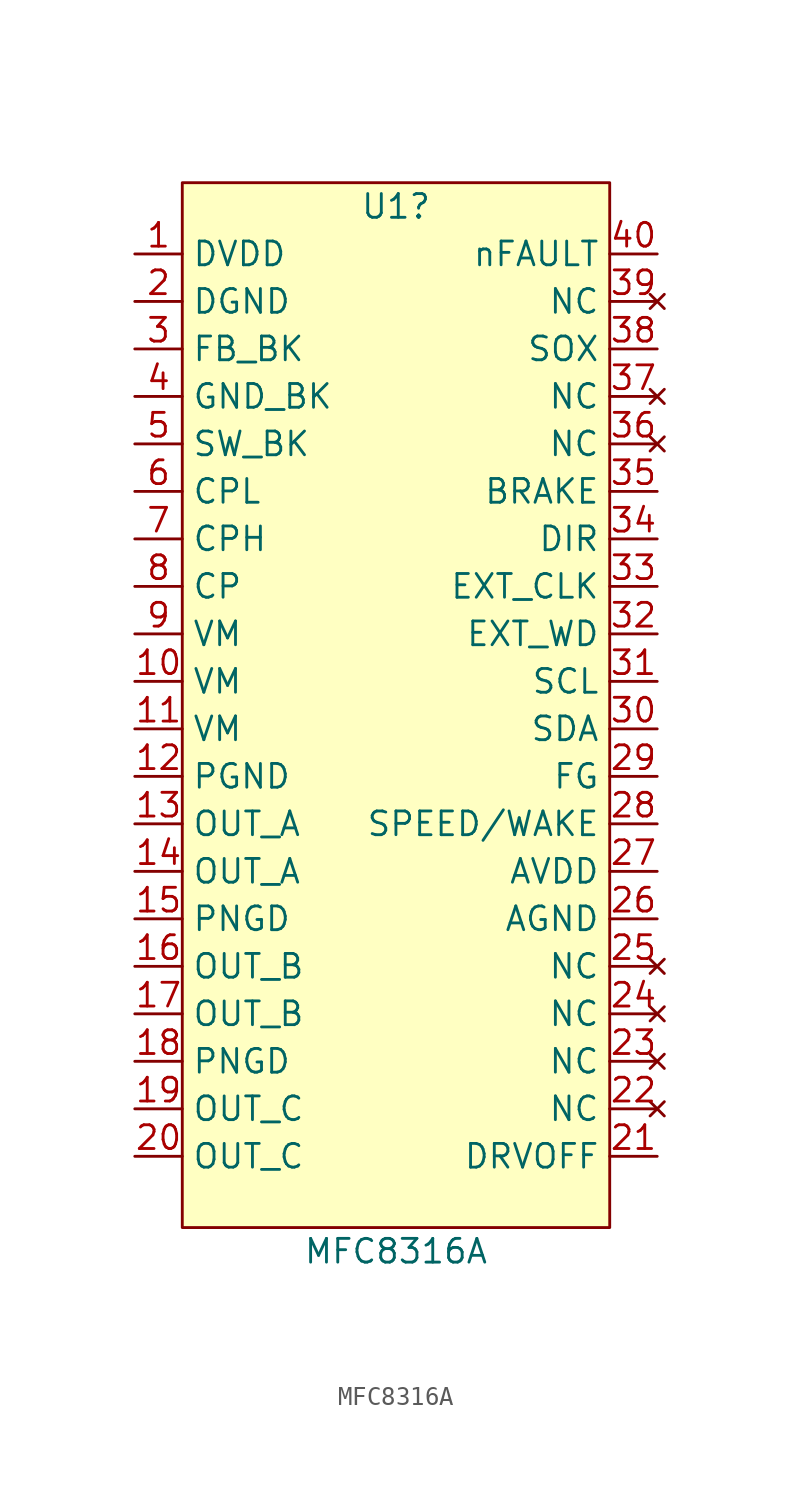
<source format=kicad_sym>
(kicad_symbol_lib
  (version 20211014)
  (generator kicad_symbol_editor)
  (symbol "MFC8316A"
    (property "Reference" "U1"
      (at 0 26.67 0)
      (effects (font (size 1.27 1.27))))
    (property "Value" "MFC8316A"
      (at 0 -29.21 0)
      (effects (font (size 1.27 1.27))))
    (symbol "MFC8316A_0_1"
      (rectangle (start -11.43 27.94) (end 11.43 -27.94) (stroke (width 0) (type default) (color 0 0 0 0)) (fill (type background))))
    (symbol "MFC8316A_1_1"
      (pin power_out line (at -13.97 24.13 0) (length 2.54) (name "DVDD" (effects (font (size 1.27 1.27)))) (number "1" (effects (font (size 1.27 1.27)))))
      (pin power_in line (at -13.97 1.27 0) (length 2.54) (name "VM" (effects (font (size 1.27 1.27)))) (number "10" (effects (font (size 1.27 1.27)))))
      (pin power_in line (at -13.97 -1.27 0) (length 2.54) (name "VM" (effects (font (size 1.27 1.27)))) (number "11" (effects (font (size 1.27 1.27)))))
      (pin power_in line (at -13.97 -3.81 0) (length 2.54) (name "PGND" (effects (font (size 1.27 1.27)))) (number "12" (effects (font (size 1.27 1.27)))))
      (pin power_out line (at -13.97 -6.35 0) (length 2.54) (name "OUT_A" (effects (font (size 1.27 1.27)))) (number "13" (effects (font (size 1.27 1.27)))))
      (pin power_out line (at -13.97 -8.89 0) (length 2.54) (name "OUT_A" (effects (font (size 1.27 1.27)))) (number "14" (effects (font (size 1.27 1.27)))))
      (pin power_in line (at -13.97 -11.43 0) (length 2.54) (name "PNGD" (effects (font (size 1.27 1.27)))) (number "15" (effects (font (size 1.27 1.27)))))
      (pin power_out line (at -13.97 -13.97 0) (length 2.54) (name "OUT_B" (effects (font (size 1.27 1.27)))) (number "16" (effects (font (size 1.27 1.27)))))
      (pin power_out line (at -13.97 -16.51 0) (length 2.54) (name "OUT_B" (effects (font (size 1.27 1.27)))) (number "17" (effects (font (size 1.27 1.27)))))
      (pin power_in line (at -13.97 -19.05 0) (length 2.54) (name "PNGD" (effects (font (size 1.27 1.27)))) (number "18" (effects (font (size 1.27 1.27)))))
      (pin power_out line (at -13.97 -21.59 0) (length 2.54) (name "OUT_C" (effects (font (size 1.27 1.27)))) (number "19" (effects (font (size 1.27 1.27)))))
      (pin power_in line (at -13.97 21.59 0) (length 2.54) (name "DGND" (effects (font (size 1.27 1.27)))) (number "2" (effects (font (size 1.27 1.27)))))
      (pin power_out line (at -13.97 -24.13 0) (length 2.54) (name "OUT_C" (effects (font (size 1.27 1.27)))) (number "20" (effects (font (size 1.27 1.27)))))
      (pin input line (at 13.97 -24.13 180) (length 2.54) (name "DRVOFF" (effects (font (size 1.27 1.27)))) (number "21" (effects (font (size 1.27 1.27)))))
      (pin no_connect line (at 13.97 -21.59 180) (length 2.54) (name "NC" (effects (font (size 1.27 1.27)))) (number "22" (effects (font (size 1.27 1.27)))))
      (pin no_connect line (at 13.97 -19.05 180) (length 2.54) (name "NC" (effects (font (size 1.27 1.27)))) (number "23" (effects (font (size 1.27 1.27)))))
      (pin no_connect line (at 13.97 -16.51 180) (length 2.54) (name "NC" (effects (font (size 1.27 1.27)))) (number "24" (effects (font (size 1.27 1.27)))))
      (pin no_connect line (at 13.97 -13.97 180) (length 2.54) (name "NC" (effects (font (size 1.27 1.27)))) (number "25" (effects (font (size 1.27 1.27)))))
      (pin power_out line (at 13.97 -11.43 180) (length 2.54) (name "AGND" (effects (font (size 1.27 1.27)))) (number "26" (effects (font (size 1.27 1.27)))))
      (pin power_out line (at 13.97 -8.89 180) (length 2.54) (name "AVDD" (effects (font (size 1.27 1.27)))) (number "27" (effects (font (size 1.27 1.27)))))
      (pin power_out line (at 13.97 -6.35 180) (length 2.54) (name "SPEED/WAKE" (effects (font (size 1.27 1.27)))) (number "28" (effects (font (size 1.27 1.27)))))
      (pin output line (at 13.97 -3.81 180) (length 2.54) (name "FG" (effects (font (size 1.27 1.27)))) (number "29" (effects (font (size 1.27 1.27)))))
      (pin bidirectional line (at -13.97 19.05 0) (length 2.54) (name "FB_BK" (effects (font (size 1.27 1.27)))) (number "3" (effects (font (size 1.27 1.27)))))
      (pin bidirectional line (at 13.97 -1.27 180) (length 2.54) (name "SDA" (effects (font (size 1.27 1.27)))) (number "30" (effects (font (size 1.27 1.27)))))
      (pin input line (at 13.97 1.27 180) (length 2.54) (name "SCL" (effects (font (size 1.27 1.27)))) (number "31" (effects (font (size 1.27 1.27)))))
      (pin input line (at 13.97 3.81 180) (length 2.54) (name "EXT_WD" (effects (font (size 1.27 1.27)))) (number "32" (effects (font (size 1.27 1.27)))))
      (pin input line (at 13.97 6.35 180) (length 2.54) (name "EXT_CLK" (effects (font (size 1.27 1.27)))) (number "33" (effects (font (size 1.27 1.27)))))
      (pin input line (at 13.97 8.89 180) (length 2.54) (name "DIR" (effects (font (size 1.27 1.27)))) (number "34" (effects (font (size 1.27 1.27)))))
      (pin input line (at 13.97 11.43 180) (length 2.54) (name "BRAKE" (effects (font (size 1.27 1.27)))) (number "35" (effects (font (size 1.27 1.27)))))
      (pin no_connect line (at 13.97 13.97 180) (length 2.54) (name "NC" (effects (font (size 1.27 1.27)))) (number "36" (effects (font (size 1.27 1.27)))))
      (pin no_connect line (at 13.97 16.51 180) (length 2.54) (name "NC" (effects (font (size 1.27 1.27)))) (number "37" (effects (font (size 1.27 1.27)))))
      (pin output line (at 13.97 19.05 180) (length 2.54) (name "SOX" (effects (font (size 1.27 1.27)))) (number "38" (effects (font (size 1.27 1.27)))))
      (pin no_connect line (at 13.97 21.59 180) (length 2.54) (name "NC" (effects (font (size 1.27 1.27)))) (number "39" (effects (font (size 1.27 1.27)))))
      (pin power_in line (at -13.97 16.51 0) (length 2.54) (name "GND_BK" (effects (font (size 1.27 1.27)))) (number "4" (effects (font (size 1.27 1.27)))))
      (pin output line (at 13.97 24.13 180) (length 2.54) (name "nFAULT" (effects (font (size 1.27 1.27)))) (number "40" (effects (font (size 1.27 1.27)))))
      (pin power_in line (at -13.97 13.97 0) (length 2.54) (name "SW_BK" (effects (font (size 1.27 1.27)))) (number "5" (effects (font (size 1.27 1.27)))))
      (pin power_in line (at -13.97 11.43 0) (length 2.54) (name "CPL" (effects (font (size 1.27 1.27)))) (number "6" (effects (font (size 1.27 1.27)))))
      (pin power_in line (at -13.97 8.89 0) (length 2.54) (name "CPH" (effects (font (size 1.27 1.27)))) (number "7" (effects (font (size 1.27 1.27)))))
      (pin power_in line (at -13.97 6.35 0) (length 2.54) (name "CP" (effects (font (size 1.27 1.27)))) (number "8" (effects (font (size 1.27 1.27)))))
      (pin power_in line (at -13.97 3.81 0) (length 2.54) (name "VM" (effects (font (size 1.27 1.27)))) (number "9" (effects (font (size 1.27 1.27))))))))
</source>
